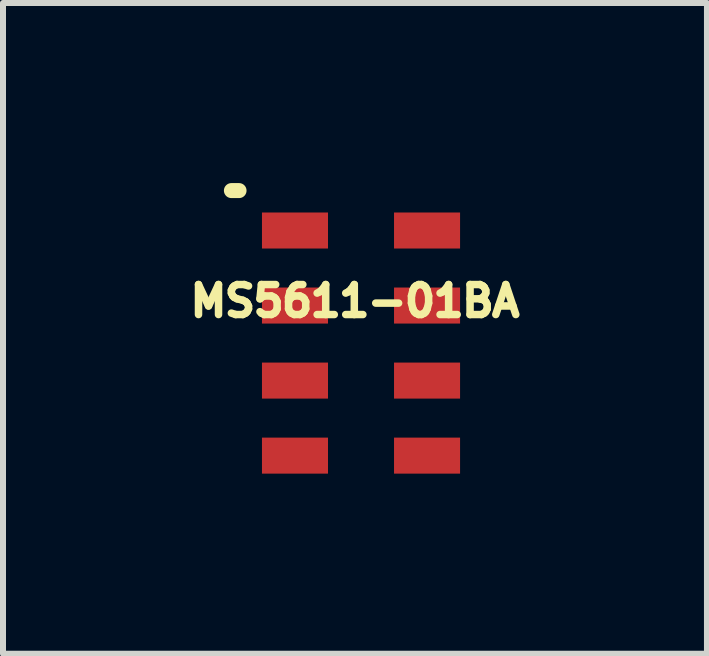
<source format=kicad_pcb>
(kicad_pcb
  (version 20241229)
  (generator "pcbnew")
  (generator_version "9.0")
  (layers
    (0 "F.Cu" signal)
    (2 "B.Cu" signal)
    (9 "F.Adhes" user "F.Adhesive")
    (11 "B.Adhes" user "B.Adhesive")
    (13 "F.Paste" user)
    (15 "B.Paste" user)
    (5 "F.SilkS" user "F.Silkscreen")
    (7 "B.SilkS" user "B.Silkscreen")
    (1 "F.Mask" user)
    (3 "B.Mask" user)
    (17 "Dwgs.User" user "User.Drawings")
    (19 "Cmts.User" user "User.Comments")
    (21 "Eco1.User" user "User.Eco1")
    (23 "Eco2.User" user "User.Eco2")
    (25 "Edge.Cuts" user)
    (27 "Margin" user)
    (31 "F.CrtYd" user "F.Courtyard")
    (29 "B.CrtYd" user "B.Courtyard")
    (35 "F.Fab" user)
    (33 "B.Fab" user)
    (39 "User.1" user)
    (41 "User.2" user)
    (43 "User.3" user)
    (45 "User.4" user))
  (footprint "MS5611-01BA"
    (layer "F.Cu")
    (at 2.964 2.665)
    (property "Reference" "MS5611-01BA" (at -0.1 -0.7 0) (layer "F.SilkS") (effects (font (size 0.5 0.5) (thickness 0.125))))
    (attr through_hole)
    (fp_line (start -2.159 -2.54) (end -2.032 -2.54) (stroke (width 0.25) (type solid)) (layer "F.SilkS"))
    (pad "1" smd rect (at -1.1 -1.875) (size 1.1 0.6) (layers "F.Cu" "F.Mask" "F.Paste"))
    (pad "2" smd rect (at -1.1 -0.625) (size 1.1 0.6) (layers "F.Cu" "F.Mask" "F.Paste"))
    (pad "3" smd rect (at -1.1 0.625) (size 1.1 0.6) (layers "F.Cu" "F.Mask" "F.Paste"))
    (pad "4" smd rect (at -1.1 1.875) (size 1.1 0.6) (layers "F.Cu" "F.Mask" "F.Paste"))
    (pad "5" smd rect (at 1.1 1.875) (size 1.1 0.6) (layers "F.Cu" "F.Mask" "F.Paste"))
    (pad "6" smd rect (at 1.1 0.625) (size 1.1 0.6) (layers "F.Cu" "F.Mask" "F.Paste"))
    (pad "7" smd rect (at 1.1 -0.625) (size 1.1 0.6) (layers "F.Cu" "F.Mask" "F.Paste"))
    (pad "8" smd rect (at 1.1 -1.875) (size 1.1 0.6) (layers "F.Cu" "F.Mask" "F.Paste")))
  (gr_rect
    (start -3 -3)
    (end 8.727 7.84)
    (stroke (width 0.1) (type default))
    (fill no)
    (layer "Edge.Cuts")))
</source>
